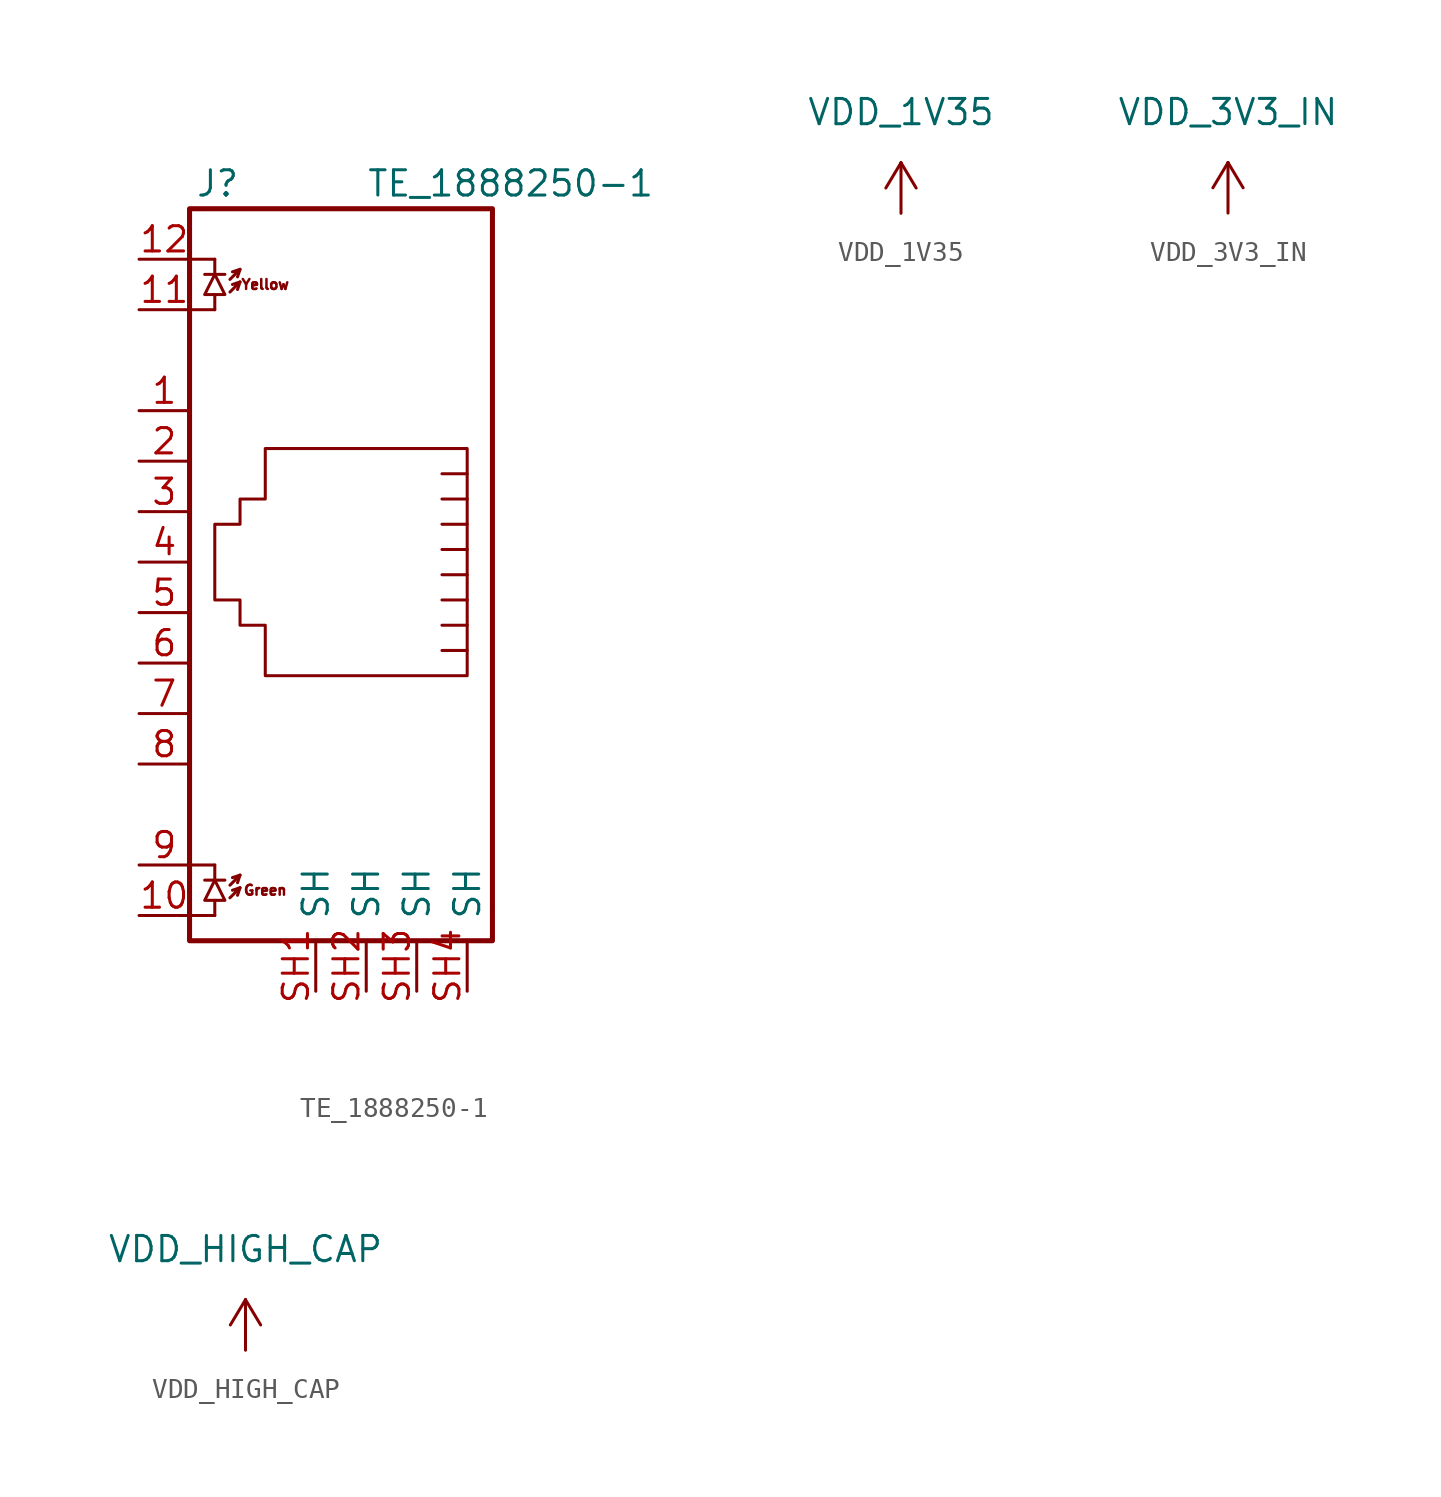
<source format=kicad_sym>
(kicad_symbol_lib
  (version 20211014)
  (generator kicad_symbol_editor)
  (symbol "TE_1888250-1"
    (pin_names
      (offset 1.016))
    (property "Reference" "J"
      (at -5.08 13.97 0)
      (effects (font (size 1.27 1.27)) (justify right)))
    (property "Value" "TE_1888250-1"
      (at 1.27 13.97 0)
      (effects (font (size 1.27 1.27)) (justify left)))
    (symbol "TE_1888250-1_0_0"
      (text "Green" (at -3.81 -21.59 0) (effects (font (size 0.5 0.5))))
      (text "Yellow" (at -3.81 8.89 0) (effects (font (size 0.5 0.5)))))
    (symbol "TE_1888250-1_0_1"
      (rectangle (start -7.62 12.7) (end 7.62 -24.13) (stroke (width 0.254) (type default) (color 0 0 0 0)) (fill (type none)))
      (polyline (pts (xy -7.62 -22.86) (xy -6.35 -22.86)) (stroke (width 0) (type default) (color 0 0 0 0)) (fill (type none)))
      (polyline (pts (xy -7.62 -20.32) (xy -6.35 -20.32)) (stroke (width 0) (type default) (color 0 0 0 0)) (fill (type none)))
      (polyline (pts (xy -7.62 7.62) (xy -6.35 7.62)) (stroke (width 0) (type default) (color 0 0 0 0)) (fill (type none)))
      (polyline (pts (xy -7.62 10.16) (xy -6.35 10.16)) (stroke (width 0) (type default) (color 0 0 0 0)) (fill (type none)))
      (polyline (pts (xy -6.858 -21.082) (xy -5.842 -21.082)) (stroke (width 0) (type default) (color 0 0 0 0)) (fill (type none)))
      (polyline (pts (xy -6.858 9.398) (xy -5.842 9.398)) (stroke (width 0) (type default) (color 0 0 0 0)) (fill (type none)))
      (polyline (pts (xy -6.35 -22.86) (xy -6.35 -22.098)) (stroke (width 0) (type default) (color 0 0 0 0)) (fill (type none)))
      (polyline (pts (xy -6.35 -20.32) (xy -6.35 -21.082)) (stroke (width 0) (type default) (color 0 0 0 0)) (fill (type none)))
      (polyline (pts (xy -6.35 7.62) (xy -6.35 8.382)) (stroke (width 0) (type default) (color 0 0 0 0)) (fill (type none)))
      (polyline (pts (xy -6.35 10.16) (xy -6.35 9.398)) (stroke (width 0) (type default) (color 0 0 0 0)) (fill (type none)))
      (polyline (pts (xy -5.08 -21.463) (xy -5.207 -21.844)) (stroke (width 0) (type default) (color 0 0 0 0)) (fill (type none)))
      (polyline (pts (xy -5.08 -20.828) (xy -5.207 -21.209)) (stroke (width 0) (type default) (color 0 0 0 0)) (fill (type none)))
      (polyline (pts (xy -5.08 9.017) (xy -5.207 8.636)) (stroke (width 0) (type default) (color 0 0 0 0)) (fill (type none)))
      (polyline (pts (xy -5.08 9.652) (xy -5.207 9.271)) (stroke (width 0) (type default) (color 0 0 0 0)) (fill (type none)))
      (polyline (pts (xy 5.08 -9.525) (xy 6.35 -9.525)) (stroke (width 0) (type default) (color 0 0 0 0)) (fill (type none)))
      (polyline (pts (xy 5.08 -8.255) (xy 6.35 -8.255)) (stroke (width 0) (type default) (color 0 0 0 0)) (fill (type none)))
      (polyline (pts (xy -5.588 -21.971) (xy -5.08 -21.463) (xy -5.461 -21.59)) (stroke (width 0) (type default) (color 0 0 0 0)) (fill (type none)))
      (polyline (pts (xy -5.588 -21.336) (xy -5.08 -20.828) (xy -5.461 -20.955)) (stroke (width 0) (type default) (color 0 0 0 0)) (fill (type none)))
      (polyline (pts (xy -5.588 8.509) (xy -5.08 9.017) (xy -5.461 8.89)) (stroke (width 0) (type default) (color 0 0 0 0)) (fill (type none)))
      (polyline (pts (xy -5.588 9.144) (xy -5.08 9.652) (xy -5.461 9.525)) (stroke (width 0) (type default) (color 0 0 0 0)) (fill (type none)))
      (polyline (pts (xy 5.08 -6.985) (xy 6.35 -6.985) (xy 6.35 -6.985)) (stroke (width 0) (type default) (color 0 0 0 0)) (fill (type none)))
      (polyline (pts (xy 6.35 -5.715) (xy 5.08 -5.715) (xy 5.08 -5.715)) (stroke (width 0) (type default) (color 0 0 0 0)) (fill (type none)))
      (polyline (pts (xy 6.35 -4.445) (xy 5.08 -4.445) (xy 5.08 -4.445)) (stroke (width 0) (type default) (color 0 0 0 0)) (fill (type none)))
      (polyline (pts (xy 6.35 -3.175) (xy 5.08 -3.175) (xy 5.08 -3.175)) (stroke (width 0) (type default) (color 0 0 0 0)) (fill (type none)))
      (polyline (pts (xy 6.35 -1.905) (xy 5.08 -1.905) (xy 5.08 -1.905)) (stroke (width 0) (type default) (color 0 0 0 0)) (fill (type none)))
      (polyline (pts (xy 6.35 -0.635) (xy 5.08 -0.635) (xy 5.08 -0.635)) (stroke (width 0) (type default) (color 0 0 0 0)) (fill (type none)))
      (polyline (pts (xy -6.35 -21.082) (xy -6.858 -22.098) (xy -5.842 -22.098) (xy -6.35 -21.082)) (stroke (width 0) (type default) (color 0 0 0 0)) (fill (type none)))
      (polyline (pts (xy -6.35 9.398) (xy -6.858 8.382) (xy -5.842 8.382) (xy -6.35 9.398)) (stroke (width 0) (type default) (color 0 0 0 0)) (fill (type none)))
      (polyline (pts (xy 6.35 0.635) (xy 6.35 -10.795) (xy -3.81 -10.795) (xy -3.81 -8.255) (xy -5.08 -8.255) (xy -5.08 -6.985) (xy -6.35 -6.985) (xy -6.35 -3.175) (xy -5.08 -3.175) (xy -5.08 -1.905) (xy -3.81 -1.905) (xy -3.81 0.635) (xy 6.35 0.635) (xy 6.35 0.635)) (stroke (width 0) (type default) (color 0 0 0 0)) (fill (type none))))
    (symbol "TE_1888250-1_1_1"
      (pin passive line (at -10.16 2.54 0) (length 2.54) (name "~" (effects (font (size 1.27 1.27)))) (number "1" (effects (font (size 1.27 1.27)))))
      (pin passive line (at -10.16 -22.86 0) (length 2.54) (name "~" (effects (font (size 1.27 1.27)))) (number "10" (effects (font (size 1.27 1.27)))))
      (pin passive line (at -10.16 7.62 0) (length 2.54) (name "~" (effects (font (size 1.27 1.27)))) (number "11" (effects (font (size 1.27 1.27)))))
      (pin passive line (at -10.16 10.16 0) (length 2.54) (name "~" (effects (font (size 1.27 1.27)))) (number "12" (effects (font (size 1.27 1.27)))))
      (pin passive line (at -10.16 0 0) (length 2.54) (name "~" (effects (font (size 1.27 1.27)))) (number "2" (effects (font (size 1.27 1.27)))))
      (pin passive line (at -10.16 -2.54 0) (length 2.54) (name "~" (effects (font (size 1.27 1.27)))) (number "3" (effects (font (size 1.27 1.27)))))
      (pin passive line (at -10.16 -5.08 0) (length 2.54) (name "~" (effects (font (size 1.27 1.27)))) (number "4" (effects (font (size 1.27 1.27)))))
      (pin passive line (at -10.16 -7.62 0) (length 2.54) (name "~" (effects (font (size 1.27 1.27)))) (number "5" (effects (font (size 1.27 1.27)))))
      (pin passive line (at -10.16 -10.16 0) (length 2.54) (name "~" (effects (font (size 1.27 1.27)))) (number "6" (effects (font (size 1.27 1.27)))))
      (pin passive line (at -10.16 -12.7 0) (length 2.54) (name "~" (effects (font (size 1.27 1.27)))) (number "7" (effects (font (size 1.27 1.27)))))
      (pin passive line (at -10.16 -15.24 0) (length 2.54) (name "~" (effects (font (size 1.27 1.27)))) (number "8" (effects (font (size 1.27 1.27)))))
      (pin passive line (at -10.16 -20.32 0) (length 2.54) (name "~" (effects (font (size 1.27 1.27)))) (number "9" (effects (font (size 1.27 1.27)))))
      (pin passive line (at -1.27 -26.67 90) (length 2.54) (name "SH" (effects (font (size 1.27 1.27)))) (number "SH1" (effects (font (size 1.27 1.27)))))
      (pin passive line (at 1.27 -26.67 90) (length 2.54) (name "SH" (effects (font (size 1.27 1.27)))) (number "SH2" (effects (font (size 1.27 1.27)))))
      (pin passive line (at 3.81 -26.67 90) (length 2.54) (name "SH" (effects (font (size 1.27 1.27)))) (number "SH3" (effects (font (size 1.27 1.27)))))
      (pin passive line (at 6.35 -26.67 90) (length 2.54) (name "SH" (effects (font (size 1.27 1.27)))) (number "SH4" (effects (font (size 1.27 1.27)))))))
  (symbol "VDD_1V35"
    (power)
    (pin_names
      (offset 0))
    (property "Reference" "#PWR01"
      (at 0 -3.81 0)
      (effects (font (size 1.27 1.27)) hide))
    (property "Value" "VDD_1V35"
      (at 0 5.08 0)
      (effects (font (size 1.27 1.27))))
    (symbol "VDD_1V35_0_1"
      (polyline (pts (xy -0.762 1.27) (xy 0 2.54)) (stroke (width 0) (type default) (color 0 0 0 0)) (fill (type none)))
      (polyline (pts (xy 0 0) (xy 0 2.54)) (stroke (width 0) (type default) (color 0 0 0 0)) (fill (type none)))
      (polyline (pts (xy 0 2.54) (xy 0.762 1.27)) (stroke (width 0) (type default) (color 0 0 0 0)) (fill (type none))))
    (symbol "VDD_1V35_1_1"
      (pin power_in line (at 0 0 90) (length 0) hide (name "VDD_1V35" (effects (font (size 1.27 1.27)))) (number "1" (effects (font (size 1.27 1.27)))))))
  (symbol "VDD_3V3_IN"
    (power)
    (pin_names
      (offset 0))
    (property "Reference" "#PWR01"
      (at 0 -3.81 0)
      (effects (font (size 1.27 1.27)) hide))
    (property "Value" "VDD_3V3_IN"
      (at 0 5.08 0)
      (effects (font (size 1.27 1.27))))
    (symbol "VDD_3V3_IN_0_1"
      (polyline (pts (xy -0.762 1.27) (xy 0 2.54)) (stroke (width 0) (type default) (color 0 0 0 0)) (fill (type none)))
      (polyline (pts (xy 0 0) (xy 0 2.54)) (stroke (width 0) (type default) (color 0 0 0 0)) (fill (type none)))
      (polyline (pts (xy 0 2.54) (xy 0.762 1.27)) (stroke (width 0) (type default) (color 0 0 0 0)) (fill (type none))))
    (symbol "VDD_3V3_IN_1_1"
      (pin power_in line (at 0 0 90) (length 0) hide (name "VDD_3V3_IN" (effects (font (size 1.27 1.27)))) (number "1" (effects (font (size 1.27 1.27)))))))
  (symbol "VDD_HIGH_CAP"
    (power)
    (pin_names
      (offset 0))
    (property "Reference" "#PWR01"
      (at 0 -3.81 0)
      (effects (font (size 1.27 1.27)) hide))
    (property "Value" "VDD_HIGH_CAP"
      (at 0 5.08 0)
      (effects (font (size 1.27 1.27))))
    (symbol "VDD_HIGH_CAP_0_1"
      (polyline (pts (xy -0.762 1.27) (xy 0 2.54)) (stroke (width 0) (type default) (color 0 0 0 0)) (fill (type none)))
      (polyline (pts (xy 0 0) (xy 0 2.54)) (stroke (width 0) (type default) (color 0 0 0 0)) (fill (type none)))
      (polyline (pts (xy 0 2.54) (xy 0.762 1.27)) (stroke (width 0) (type default) (color 0 0 0 0)) (fill (type none))))
    (symbol "VDD_HIGH_CAP_1_1"
      (pin power_in line (at 0 0 90) (length 0) hide (name "VDD_HIGH_CAP" (effects (font (size 1.27 1.27)))) (number "1" (effects (font (size 1.27 1.27))))))))
</source>
